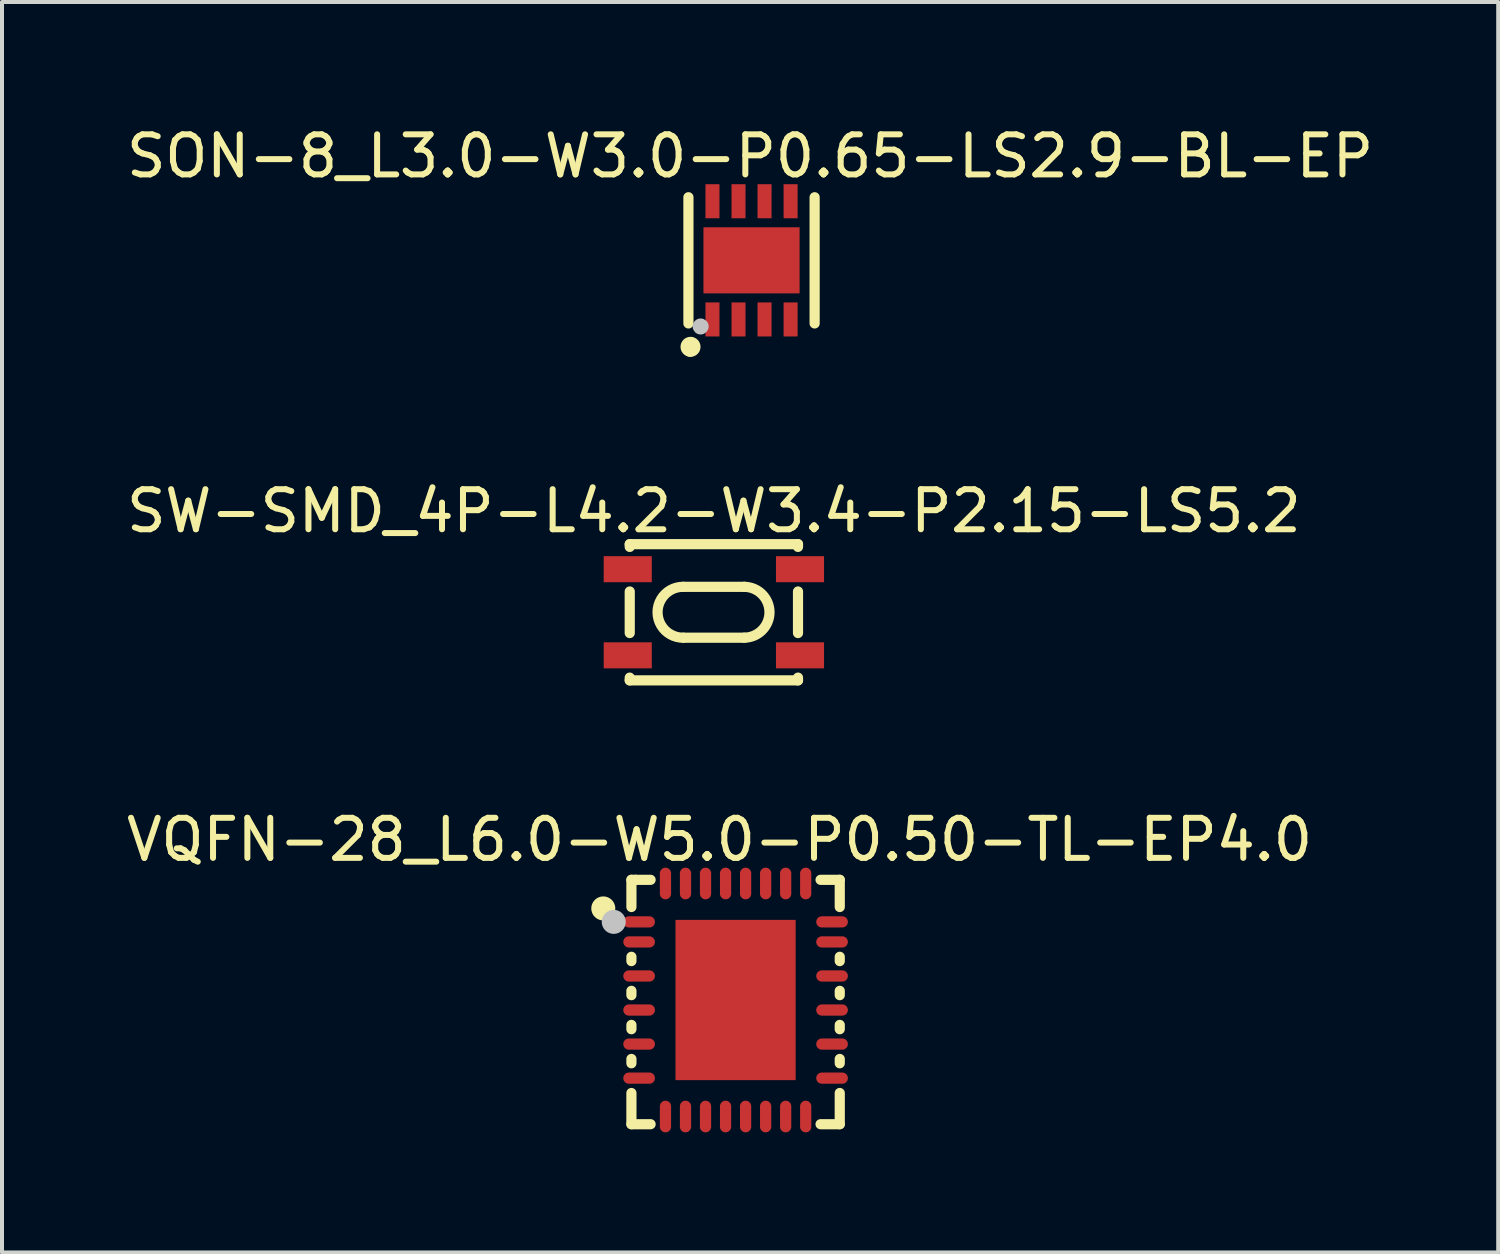
<source format=kicad_pcb>
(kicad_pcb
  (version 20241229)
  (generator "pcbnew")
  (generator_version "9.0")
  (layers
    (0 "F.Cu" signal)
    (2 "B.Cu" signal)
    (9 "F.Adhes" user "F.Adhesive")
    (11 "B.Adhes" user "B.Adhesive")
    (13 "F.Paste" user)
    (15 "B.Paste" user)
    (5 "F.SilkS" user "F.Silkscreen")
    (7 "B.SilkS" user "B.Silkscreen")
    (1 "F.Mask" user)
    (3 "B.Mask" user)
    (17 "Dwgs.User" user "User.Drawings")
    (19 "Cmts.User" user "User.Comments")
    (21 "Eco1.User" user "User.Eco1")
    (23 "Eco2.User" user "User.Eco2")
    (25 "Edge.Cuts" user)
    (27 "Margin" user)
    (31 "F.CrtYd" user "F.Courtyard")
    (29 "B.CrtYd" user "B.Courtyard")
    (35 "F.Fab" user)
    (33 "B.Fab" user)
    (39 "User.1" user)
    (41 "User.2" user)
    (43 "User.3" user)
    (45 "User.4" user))
  (footprint "VQFN-28_L6.0-W5.0-P0.50-TL-EP4.0"
    (layer "F.Cu")
    (at 15.31 21.91)
    (property "Reference" "VQFN-28_L6.0-W5.0-P0.50-TL-EP4.0" (at -0.4 -4.003 0) (layer "F.SilkS") (effects (font (size 1 1) (thickness 0.15))))
    (fp_line (start -2.6 -3) (end -2.5 -3) (stroke (width 0.254) (type default)) (layer "F.SilkS"))
    (fp_line (start -2.6 -2.321) (end -2.6 -3) (stroke (width 0.254) (type default)) (layer "F.SilkS"))
    (fp_line (start -2.6 -0.971) (end -2.6 -1.079) (stroke (width 0.254) (type default)) (layer "F.SilkS"))
    (fp_line (start -2.6 -0.121) (end -2.6 -0.229) (stroke (width 0.254) (type default)) (layer "F.SilkS"))
    (fp_line (start -2.6 0.729) (end -2.6 0.621) (stroke (width 0.254) (type default)) (layer "F.SilkS"))
    (fp_line (start -2.6 1.579) (end -2.6 1.471) (stroke (width 0.254) (type default)) (layer "F.SilkS"))
    (fp_line (start -2.6 3.1) (end -2.6 2.321) (stroke (width 0.254) (type default)) (layer "F.SilkS"))
    (fp_line (start -2.5 -3) (end -2.121 -3) (stroke (width 0.254) (type default)) (layer "F.SilkS"))
    (fp_line (start -2.121 3.1) (end -2.6 3.1) (stroke (width 0.254) (type default)) (layer "F.SilkS"))
    (fp_line (start 2.121 -3) (end 2.6 -3) (stroke (width 0.254) (type default)) (layer "F.SilkS"))
    (fp_line (start 2.6 -3) (end 2.6 -2.321) (stroke (width 0.254) (type default)) (layer "F.SilkS"))
    (fp_line (start 2.6 -1.079) (end 2.6 -0.971) (stroke (width 0.254) (type default)) (layer "F.SilkS"))
    (fp_line (start 2.6 -0.229) (end 2.6 -0.121) (stroke (width 0.254) (type default)) (layer "F.SilkS"))
    (fp_line (start 2.6 0.621) (end 2.6 0.729) (stroke (width 0.254) (type default)) (layer "F.SilkS"))
    (fp_line (start 2.6 1.471) (end 2.6 1.579) (stroke (width 0.254) (type default)) (layer "F.SilkS"))
    (fp_line (start 2.6 2.321) (end 2.6 3.1) (stroke (width 0.254) (type default)) (layer "F.SilkS"))
    (fp_line (start 2.6 3.1) (end 2.121 3.1) (stroke (width 0.254) (type default)) (layer "F.SilkS"))
    (fp_circle (center -3.302 -2.286) (end -3.152 -2.286) (stroke (width 0.3) (type default)) (fill no) (layer "F.SilkS"))
    (fp_circle (center -3.041 -1.95) (end -2.891 -1.95) (stroke (width 0.3) (type default)) (fill no) (layer "Dwgs.User"))
    (fp_poly (pts (xy -2.5 -1.825) (xy -2.1 -1.825) (xy -2.1 -2.075) (xy -2.5 -2.075)) (stroke (width 0.1) (type default)) (fill no) (layer "User.1"))
    (fp_poly (pts (xy -2.5 -1.325) (xy -2.1 -1.325) (xy -2.1 -1.575) (xy -2.5 -1.575)) (stroke (width 0.1) (type default)) (fill no) (layer "User.1"))
    (fp_poly (pts (xy -2.5 -0.475) (xy -2.1 -0.475) (xy -2.1 -0.725) (xy -2.5 -0.725)) (stroke (width 0.1) (type default)) (fill no) (layer "User.1"))
    (fp_poly (pts (xy -2.5 0.375) (xy -2.1 0.375) (xy -2.1 0.125) (xy -2.5 0.125)) (stroke (width 0.1) (type default)) (fill no) (layer "User.1"))
    (fp_poly (pts (xy -2.5 1.225) (xy -2.1 1.225) (xy -2.1 0.975) (xy -2.5 0.975)) (stroke (width 0.1) (type default)) (fill no) (layer "User.1"))
    (fp_poly (pts (xy -2.5 2.075) (xy -2.1 2.075) (xy -2.1 1.825) (xy -2.5 1.825)) (stroke (width 0.1) (type default)) (fill no) (layer "User.1"))
    (fp_poly (pts (xy -1.875 -3) (xy -1.625 -3) (xy -1.625 -2.6) (xy -1.875 -2.6)) (stroke (width 0.1) (type default)) (fill no) (layer "User.1"))
    (fp_poly (pts (xy -1.875 3) (xy -1.625 3) (xy -1.625 2.6) (xy -1.875 2.6)) (stroke (width 0.1) (type default)) (fill no) (layer "User.1"))
    (fp_poly (pts (xy -1.375 -3) (xy -1.125 -3) (xy -1.125 -2.6) (xy -1.375 -2.6)) (stroke (width 0.1) (type default)) (fill no) (layer "User.1"))
    (fp_poly (pts (xy -1.375 3) (xy -1.125 3) (xy -1.125 2.6) (xy -1.375 2.6)) (stroke (width 0.1) (type default)) (fill no) (layer "User.1"))
    (fp_poly (pts (xy -0.875 -3) (xy -0.625 -3) (xy -0.625 -2.6) (xy -0.875 -2.6)) (stroke (width 0.1) (type default)) (fill no) (layer "User.1"))
    (fp_poly (pts (xy -0.875 3) (xy -0.625 3) (xy -0.625 2.6) (xy -0.875 2.6)) (stroke (width 0.1) (type default)) (fill no) (layer "User.1"))
    (fp_poly (pts (xy -0.375 -3) (xy -0.125 -3) (xy -0.125 -2.6) (xy -0.375 -2.6)) (stroke (width 0.1) (type default)) (fill no) (layer "User.1"))
    (fp_poly (pts (xy -0.375 3) (xy -0.125 3) (xy -0.125 2.6) (xy -0.375 2.6)) (stroke (width 0.1) (type default)) (fill no) (layer "User.1"))
    (fp_poly (pts (xy 0.125 -3) (xy 0.375 -3) (xy 0.375 -2.6) (xy 0.125 -2.6)) (stroke (width 0.1) (type default)) (fill no) (layer "User.1"))
    (fp_poly (pts (xy 0.125 3) (xy 0.375 3) (xy 0.375 2.6) (xy 0.125 2.6)) (stroke (width 0.1) (type default)) (fill no) (layer "User.1"))
    (fp_poly (pts (xy 0.625 -3) (xy 0.875 -3) (xy 0.875 -2.6) (xy 0.625 -2.6)) (stroke (width 0.1) (type default)) (fill no) (layer "User.1"))
    (fp_poly (pts (xy 0.625 3) (xy 0.875 3) (xy 0.875 2.6) (xy 0.625 2.6)) (stroke (width 0.1) (type default)) (fill no) (layer "User.1"))
    (fp_poly (pts (xy 1.125 -3) (xy 1.375 -3) (xy 1.375 -2.6) (xy 1.125 -2.6)) (stroke (width 0.1) (type default)) (fill no) (layer "User.1"))
    (fp_poly (pts (xy 1.125 3) (xy 1.375 3) (xy 1.375 2.6) (xy 1.125 2.6)) (stroke (width 0.1) (type default)) (fill no) (layer "User.1"))
    (fp_poly (pts (xy 1.625 -3) (xy 1.875 -3) (xy 1.875 -2.6) (xy 1.625 -2.6)) (stroke (width 0.1) (type default)) (fill no) (layer "User.1"))
    (fp_poly (pts (xy 1.625 3) (xy 1.875 3) (xy 1.875 2.6) (xy 1.625 2.6)) (stroke (width 0.1) (type default)) (fill no) (layer "User.1"))
    (fp_poly (pts (xy 2.5 -2.075) (xy 2.1 -2.075) (xy 2.1 -1.825) (xy 2.5 -1.825)) (stroke (width 0.1) (type default)) (fill no) (layer "User.1"))
    (fp_poly (pts (xy 2.5 -1.575) (xy 2.1 -1.575) (xy 2.1 -1.325) (xy 2.5 -1.325)) (stroke (width 0.1) (type default)) (fill no) (layer "User.1"))
    (fp_poly (pts (xy 2.5 -0.725) (xy 2.1 -0.725) (xy 2.1 -0.475) (xy 2.5 -0.475)) (stroke (width 0.1) (type default)) (fill no) (layer "User.1"))
    (fp_poly (pts (xy 2.5 0.125) (xy 2.1 0.125) (xy 2.1 0.375) (xy 2.5 0.375)) (stroke (width 0.1) (type default)) (fill no) (layer "User.1"))
    (fp_poly (pts (xy 2.5 0.975) (xy 2.1 0.975) (xy 2.1 1.225) (xy 2.5 1.225)) (stroke (width 0.1) (type default)) (fill no) (layer "User.1"))
    (fp_poly (pts (xy 2.5 1.825) (xy 2.1 1.825) (xy 2.1 2.075) (xy 2.5 2.075)) (stroke (width 0.1) (type default)) (fill no) (layer "User.1"))
    (fp_poly (pts (xy -1.2 -2) (xy 1.5 -2) (xy 1.5 2) (xy -1.5 2) (xy -1.5 -1.7)) (stroke (width 0.1) (type default)) (fill no) (layer "User.1"))
    (fp_line (start -2.5 -3) (end -2.5 3) (stroke (width 0.051) (type default)) (layer "User.2"))
    (fp_line (start -2.5 3) (end 2.5 3) (stroke (width 0.051) (type default)) (layer "User.2"))
    (fp_line (start 2.5 -3) (end -2.5 -3) (stroke (width 0.051) (type default)) (layer "User.2"))
    (fp_line (start 2.5 3) (end 2.5 -3) (stroke (width 0.051) (type default)) (layer "User.2"))
    (fp_poly (pts (xy -2.445 -3.023) (xy -2.477 -3.055) (xy -2.523 -3.055) (xy -2.555 -3.023) (xy -2.555 -2.977) (xy -2.523 -2.945) (xy -2.477 -2.945) (xy -2.445 -2.977)) (stroke (width 0.1) (type default)) (fill no) (layer "User.3"))
    (pad "1" smd oval (at -2.408 -1.95) (size 0.79 0.28) (layers "F.Cu" "F.Mask" "F.Paste"))
    (pad "2" smd oval (at -2.408 -1.45) (size 0.79 0.28) (layers "F.Cu" "F.Mask" "F.Paste"))
    (pad "3" smd oval (at -2.408 -0.6) (size 0.79 0.28) (layers "F.Cu" "F.Mask" "F.Paste"))
    (pad "4" smd oval (at -2.408 0.25) (size 0.79 0.28) (layers "F.Cu" "F.Mask" "F.Paste"))
    (pad "5" smd oval (at -2.408 1.1) (size 0.79 0.28) (layers "F.Cu" "F.Mask" "F.Paste"))
    (pad "6" smd oval (at -2.408 1.95) (size 0.79 0.28) (layers "F.Cu" "F.Mask" "F.Paste"))
    (pad "7" smd oval (at -1.75 2.908) (size 0.28 0.79) (layers "F.Cu" "F.Mask" "F.Paste"))
    (pad "8" smd oval (at -1.25 2.908) (size 0.28 0.79) (layers "F.Cu" "F.Mask" "F.Paste"))
    (pad "9" smd oval (at -0.75 2.908) (size 0.28 0.79) (layers "F.Cu" "F.Mask" "F.Paste"))
    (pad "10" smd oval (at -0.25 2.908) (size 0.28 0.79) (layers "F.Cu" "F.Mask" "F.Paste"))
    (pad "11" smd oval (at 0.25 2.908) (size 0.28 0.79) (layers "F.Cu" "F.Mask" "F.Paste"))
    (pad "12" smd oval (at 0.75 2.908) (size 0.28 0.79) (layers "F.Cu" "F.Mask" "F.Paste"))
    (pad "13" smd oval (at 1.25 2.908) (size 0.28 0.79) (layers "F.Cu" "F.Mask" "F.Paste"))
    (pad "14" smd oval (at 1.75 2.908) (size 0.28 0.79) (layers "F.Cu" "F.Mask" "F.Paste"))
    (pad "15" smd oval (at 2.408 1.95) (size 0.79 0.28) (layers "F.Cu" "F.Mask" "F.Paste"))
    (pad "16" smd oval (at 2.408 1.1) (size 0.79 0.28) (layers "F.Cu" "F.Mask" "F.Paste"))
    (pad "17" smd oval (at 2.408 0.25) (size 0.79 0.28) (layers "F.Cu" "F.Mask" "F.Paste"))
    (pad "18" smd oval (at 2.408 -0.6) (size 0.79 0.28) (layers "F.Cu" "F.Mask" "F.Paste"))
    (pad "19" smd oval (at 2.408 -1.45) (size 0.79 0.28) (layers "F.Cu" "F.Mask" "F.Paste"))
    (pad "20" smd oval (at 2.408 -1.95) (size 0.79 0.28) (layers "F.Cu" "F.Mask" "F.Paste"))
    (pad "21" smd oval (at 1.75 -2.908) (size 0.28 0.79) (layers "F.Cu" "F.Mask" "F.Paste"))
    (pad "22" smd oval (at 1.25 -2.908) (size 0.28 0.79) (layers "F.Cu" "F.Mask" "F.Paste"))
    (pad "23" smd oval (at 0.75 -2.908) (size 0.28 0.79) (layers "F.Cu" "F.Mask" "F.Paste"))
    (pad "24" smd oval (at 0.25 -2.908) (size 0.28 0.79) (layers "F.Cu" "F.Mask" "F.Paste"))
    (pad "25" smd oval (at -0.25 -2.908) (size 0.28 0.79) (layers "F.Cu" "F.Mask" "F.Paste"))
    (pad "26" smd oval (at -0.75 -2.908) (size 0.28 0.79) (layers "F.Cu" "F.Mask" "F.Paste"))
    (pad "27" smd oval (at -1.25 -2.908) (size 0.28 0.79) (layers "F.Cu" "F.Mask" "F.Paste"))
    (pad "28" smd oval (at -1.75 -2.908) (size 0.28 0.79) (layers "F.Cu" "F.Mask" "F.Paste"))
    (pad "29" smd rect (at 0 0) (size 3 4) (layers "F.Cu" "F.Mask" "F.Paste")))
  (footprint "SW-SMD_4P-L4.2-W3.4-P2.15-LS5.2"
    (layer "F.Cu")
    (at 14.768 12.232)
    (property "Reference" "SW-SMD_4P-L4.2-W3.4-P2.15-LS5.2" (at 0 -2.527 0) (layer "F.SilkS") (effects (font (size 1 1) (thickness 0.15))))
    (fp_line (start -2.1 -1.7) (end -2.1 -1.631) (stroke (width 0.254) (type default)) (layer "F.SilkS"))
    (fp_line (start -2.1 -1.7) (end 2.1 -1.7) (stroke (width 0.254) (type default)) (layer "F.SilkS"))
    (fp_line (start -2.1 -0.519) (end -2.1 0.519) (stroke (width 0.254) (type default)) (layer "F.SilkS"))
    (fp_line (start -2.1 1.631) (end -2.1 1.7) (stroke (width 0.254) (type default)) (layer "F.SilkS"))
    (fp_line (start -2.1 1.7) (end 2.1 1.7) (stroke (width 0.254) (type default)) (layer "F.SilkS"))
    (fp_line (start -0.762 -0.635) (end 0.762 -0.635) (stroke (width 0.254) (type default)) (layer "F.SilkS"))
    (fp_line (start -0.762 0.635) (end 0.762 0.635) (stroke (width 0.254) (type default)) (layer "F.SilkS"))
    (fp_line (start 2.1 -1.7) (end 2.1 -1.631) (stroke (width 0.254) (type default)) (layer "F.SilkS"))
    (fp_line (start 2.1 -0.519) (end 2.1 0.519) (stroke (width 0.254) (type default)) (layer "F.SilkS"))
    (fp_line (start 2.1 1.631) (end 2.1 1.7) (stroke (width 0.254) (type default)) (layer "F.SilkS"))
    (fp_arc (start -0.762 0.635) (mid -1.398 0) (end -0.763 -0.6355) (stroke (width 0.254) (type default)) (layer "F.SilkS"))
    (fp_arc (start 0.762 -0.635) (mid 1.392016 0.000001) (end 0.761 0.6345) (stroke (width 0.254) (type default)) (layer "F.SilkS"))
    (fp_poly (pts (xy -2.6 -0.8) (xy -2.6 -1.35) (xy -1.8 -1.35) (xy -1.8 -0.8)) (stroke (width 0.1) (type default)) (fill no) (layer "User.1"))
    (fp_poly (pts (xy -2.6 1.35) (xy -2.6 0.8) (xy -1.8 0.8) (xy -1.8 1.35)) (stroke (width 0.1) (type default)) (fill no) (layer "User.1"))
    (fp_poly (pts (xy 2.6 -1.35) (xy 2.6 -0.8) (xy 1.8 -0.8) (xy 1.8 -1.35)) (stroke (width 0.1) (type default)) (fill no) (layer "User.1"))
    (fp_poly (pts (xy 2.6 0.8) (xy 2.6 1.35) (xy 1.8 1.35) (xy 1.8 0.8)) (stroke (width 0.1) (type default)) (fill no) (layer "User.1"))
    (fp_line (start -2.1 -1.7) (end 2.1 -1.7) (stroke (width 0.051) (type default)) (layer "User.2"))
    (fp_line (start -2.1 1.7) (end -2.1 -1.7) (stroke (width 0.051) (type default)) (layer "User.2"))
    (fp_line (start 2.1 -1.7) (end 2.1 1.7) (stroke (width 0.051) (type default)) (layer "User.2"))
    (fp_line (start 2.1 1.7) (end -2.1 1.7) (stroke (width 0.051) (type default)) (layer "User.2"))
    (fp_poly (pts (xy -2.545 -1.723) (xy -2.577 -1.755) (xy -2.623 -1.755) (xy -2.655 -1.723) (xy -2.655 -1.677) (xy -2.623 -1.645) (xy -2.577 -1.645) (xy -2.545 -1.677)) (stroke (width 0.1) (type default)) (fill no) (layer "User.3"))
    (pad "1" smd rect (at -2.15 -1.075 90) (size 0.65 1.2) (layers "F.Cu" "F.Mask" "F.Paste"))
    (pad "2" smd rect (at 2.15 -1.075 90) (size 0.65 1.2) (layers "F.Cu" "F.Mask" "F.Paste"))
    (pad "3" smd rect (at -2.15 1.075 90) (size 0.65 1.2) (layers "F.Cu" "F.Mask" "F.Paste"))
    (pad "4" smd rect (at 2.15 1.075 90) (size 0.65 1.2) (layers "F.Cu" "F.Mask" "F.Paste")))
  (footprint "SON-8_L3.0-W3.0-P0.65-LS2.9-BL-EP"
    (layer "F.Cu")
    (at 15.708 3.448)
    (property "Reference" "SON-8_L3.0-W3.0-P0.65-LS2.9-BL-EP" (at -0.036 -2.6 0) (layer "F.SilkS") (effects (font (size 1 1) (thickness 0.15))))
    (fp_line (start -1.575 1.575) (end -1.575 -1.575) (stroke (width 0.254) (type default)) (layer "F.SilkS"))
    (fp_line (start 1.575 1.575) (end 1.575 -1.575) (stroke (width 0.254) (type default)) (layer "F.SilkS"))
    (fp_arc (start -1.537 2.283) (mid -1.648468 2.151744) (end -1.5225 2.034) (stroke (width 0.25) (type default)) (layer "F.SilkS"))
    (fp_arc (start -1.499 2.0365) (mid -1.400433 2.17804) (end -1.537 2.283) (stroke (width 0.25) (type default)) (layer "F.SilkS"))
    (fp_circle (center -1.27 1.651) (end -1.17 1.651) (stroke (width 0.2) (type default)) (fill no) (layer "Dwgs.User"))
    (fp_poly (pts (xy -1.2 -0.825) (xy 1.2 -0.825) (xy 1.2 0.825) (xy -1.2 0.825)) (stroke (width 0.1) (type default)) (fill no) (layer "User.1"))
    (fp_poly (pts (xy -1.125 -1.1) (xy -1.125 -1.5) (xy -0.825 -1.5) (xy -0.825 -1.1)) (stroke (width 0.1) (type default)) (fill no) (layer "User.1"))
    (fp_poly (pts (xy -1.125 1.5) (xy -1.125 1.1) (xy -0.825 1.1) (xy -0.825 1.5)) (stroke (width 0.1) (type default)) (fill no) (layer "User.1"))
    (fp_poly (pts (xy -0.475 -1.1) (xy -0.475 -1.5) (xy -0.175 -1.5) (xy -0.175 -1.1)) (stroke (width 0.1) (type default)) (fill no) (layer "User.1"))
    (fp_poly (pts (xy -0.475 1.5) (xy -0.475 1.1) (xy -0.175 1.1) (xy -0.175 1.5)) (stroke (width 0.1) (type default)) (fill no) (layer "User.1"))
    (fp_poly (pts (xy 0.175 -1.1) (xy 0.175 -1.5) (xy 0.475 -1.5) (xy 0.475 -1.1)) (stroke (width 0.1) (type default)) (fill no) (layer "User.1"))
    (fp_poly (pts (xy 0.175 1.5) (xy 0.175 1.1) (xy 0.475 1.1) (xy 0.475 1.5)) (stroke (width 0.1) (type default)) (fill no) (layer "User.1"))
    (fp_poly (pts (xy 0.825 -1.1) (xy 0.825 -1.5) (xy 1.125 -1.5) (xy 1.125 -1.1)) (stroke (width 0.1) (type default)) (fill no) (layer "User.1"))
    (fp_poly (pts (xy 0.825 1.5) (xy 0.825 1.1) (xy 1.125 1.1) (xy 1.125 1.5)) (stroke (width 0.1) (type default)) (fill no) (layer "User.1"))
    (fp_line (start -1.5 -1.5) (end 1.5 -1.5) (stroke (width 0.051) (type default)) (layer "User.2"))
    (fp_line (start -1.5 1.5) (end -1.5 -1.5) (stroke (width 0.051) (type default)) (layer "User.2"))
    (fp_line (start 1.5 -1.5) (end 1.5 1.5) (stroke (width 0.051) (type default)) (layer "User.2"))
    (fp_line (start 1.5 1.5) (end -1.5 1.5) (stroke (width 0.051) (type default)) (layer "User.2"))
    (fp_poly (pts (xy -1.445 1.477) (xy -1.477 1.445) (xy -1.523 1.445) (xy -1.555 1.477) (xy -1.555 1.523) (xy -1.523 1.555) (xy -1.477 1.555) (xy -1.445 1.523)) (stroke (width 0.1) (type default)) (fill no) (layer "User.3"))
    (pad "1" smd rect (at -0.975 1.475 270) (size 0.85 0.35) (layers "F.Cu" "F.Mask" "F.Paste"))
    (pad "2" smd rect (at -0.325 1.475 270) (size 0.85 0.35) (layers "F.Cu" "F.Mask" "F.Paste"))
    (pad "3" smd rect (at 0.325 1.475 270) (size 0.85 0.35) (layers "F.Cu" "F.Mask" "F.Paste"))
    (pad "4" smd rect (at 0.975 1.475 270) (size 0.85 0.35) (layers "F.Cu" "F.Mask" "F.Paste"))
    (pad "5" smd rect (at 0.975 -1.475 270) (size 0.85 0.35) (layers "F.Cu" "F.Mask" "F.Paste"))
    (pad "6" smd rect (at 0.325 -1.475 270) (size 0.85 0.35) (layers "F.Cu" "F.Mask" "F.Paste"))
    (pad "7" smd rect (at -0.325 -1.475 270) (size 0.85 0.35) (layers "F.Cu" "F.Mask" "F.Paste"))
    (pad "8" smd rect (at -0.975 -1.475 270) (size 0.85 0.35) (layers "F.Cu" "F.Mask" "F.Paste"))
    (pad "9" smd rect (at 0 0) (size 2.4 1.65) (layers "F.Cu" "F.Mask" "F.Paste")))
  (gr_rect
    (start -3 -3)
    (end 34.345 28.212)
    (stroke (width 0.1) (type default))
    (fill no)
    (layer "Edge.Cuts")))
</source>
